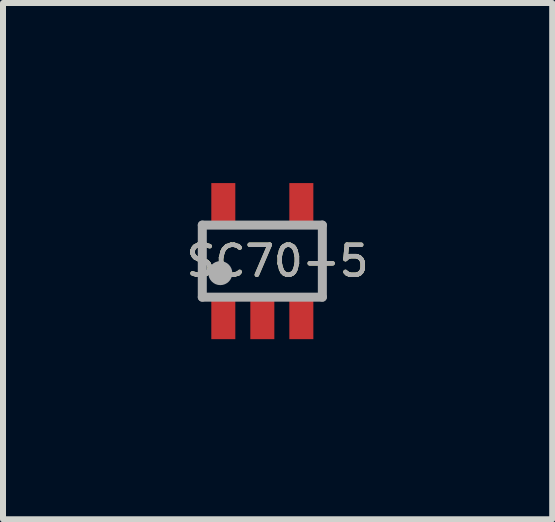
<source format=kicad_pcb>
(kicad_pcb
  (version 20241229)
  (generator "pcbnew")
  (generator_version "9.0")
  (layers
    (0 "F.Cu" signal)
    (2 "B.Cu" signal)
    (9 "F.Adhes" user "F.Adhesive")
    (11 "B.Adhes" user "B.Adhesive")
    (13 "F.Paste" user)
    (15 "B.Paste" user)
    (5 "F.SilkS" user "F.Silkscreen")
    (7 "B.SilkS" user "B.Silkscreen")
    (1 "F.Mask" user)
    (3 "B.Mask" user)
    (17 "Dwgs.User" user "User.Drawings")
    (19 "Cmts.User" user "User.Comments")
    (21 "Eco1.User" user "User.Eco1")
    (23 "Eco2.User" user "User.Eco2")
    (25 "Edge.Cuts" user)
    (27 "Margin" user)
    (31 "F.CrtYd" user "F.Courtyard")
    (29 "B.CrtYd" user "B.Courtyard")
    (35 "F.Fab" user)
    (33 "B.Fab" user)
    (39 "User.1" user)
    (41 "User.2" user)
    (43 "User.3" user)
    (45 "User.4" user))
  (footprint "SC70-5"
    (layer "F.Cu")
    (at 1.32 1.3)
    (property "Reference" "SC70-5" (at 0.254 0 0) (layer "F.SilkS") (effects (font (size 0.5 0.5) (thickness 0.075))))
    (attr through_hole)
    (fp_line (start -1 -0.6) (end 1 -0.6) (stroke (width 0.15) (type solid)) (layer "F.Fab"))
    (fp_line (start -1 0.6) (end -1 -0.6) (stroke (width 0.15) (type solid)) (layer "F.Fab"))
    (fp_line (start 1 -0.6) (end 1 0.6) (stroke (width 0.15) (type solid)) (layer "F.Fab"))
    (fp_line (start 1 0.6) (end -1 0.6) (stroke (width 0.15) (type solid)) (layer "F.Fab"))
    (fp_circle (center -0.7 0.2) (end -0.6 0.2) (stroke (width 0.2) (type solid)) (fill no) (layer "F.Fab"))
    (fp_text user "${REFERENCE}" (at 0.254 0 180) (layer "F.Fab") (effects (font (size 0.5 0.5) (thickness 0.075))))
    (pad "1" smd rect (at -0.65 0.95) (size 0.4 0.7) (layers "F.Cu" "F.Mask" "F.Paste"))
    (pad "2" smd rect (at 0 0.95) (size 0.4 0.7) (layers "F.Cu" "F.Mask" "F.Paste"))
    (pad "3" smd rect (at 0.65 0.95) (size 0.4 0.7) (layers "F.Cu" "F.Mask" "F.Paste"))
    (pad "4" smd rect (at 0.65 -0.95) (size 0.4 0.7) (layers "F.Cu" "F.Mask" "F.Paste"))
    (pad "5" smd rect (at -0.65 -0.95) (size 0.4 0.7) (layers "F.Cu" "F.Mask" "F.Paste")))
  (gr_rect
    (start -3 -3)
    (end 6.149 5.6)
    (stroke (width 0.1) (type default))
    (fill no)
    (layer "Edge.Cuts")))
</source>
